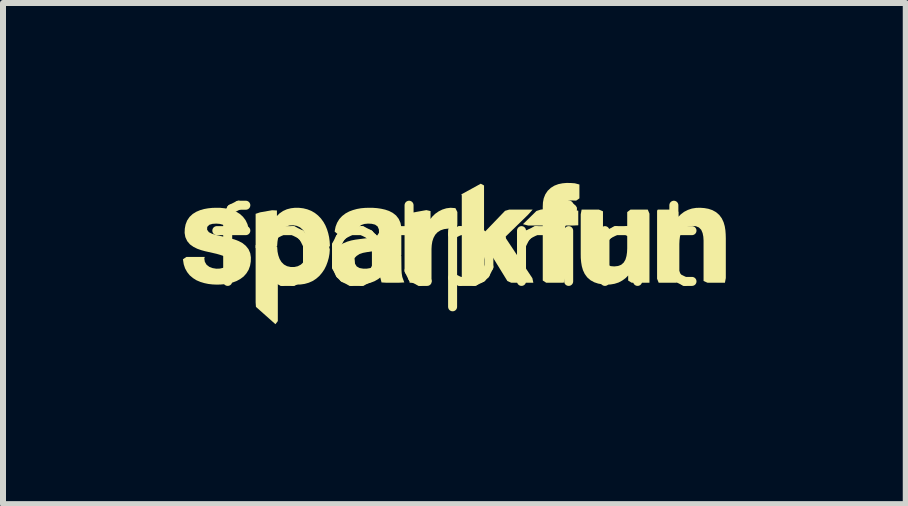
<source format=kicad_pcb>
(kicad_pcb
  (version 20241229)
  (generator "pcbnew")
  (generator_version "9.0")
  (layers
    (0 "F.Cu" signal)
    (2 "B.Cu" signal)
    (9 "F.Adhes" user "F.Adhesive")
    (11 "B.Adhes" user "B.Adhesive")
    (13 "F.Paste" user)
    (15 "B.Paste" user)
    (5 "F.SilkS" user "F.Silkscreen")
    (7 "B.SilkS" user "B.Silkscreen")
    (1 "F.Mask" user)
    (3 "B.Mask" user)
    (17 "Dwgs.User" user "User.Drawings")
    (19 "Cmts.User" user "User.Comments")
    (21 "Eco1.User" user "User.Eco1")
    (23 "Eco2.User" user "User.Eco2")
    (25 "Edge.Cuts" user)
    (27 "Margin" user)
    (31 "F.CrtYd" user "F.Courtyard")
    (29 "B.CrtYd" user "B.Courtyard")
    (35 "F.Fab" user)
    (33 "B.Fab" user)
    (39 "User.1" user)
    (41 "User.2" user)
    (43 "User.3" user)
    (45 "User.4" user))
  (footprint "footprint"
    (layer "F.Cu")
    (at 4.526 1.062)
    (property "Reference" "footprint" (at 0 0 0) (layer "F.SilkS") (effects (font (size 1.27 1.27) (thickness 0.15))))
    (fp_poly (pts (xy 0.494 -1.02) (xy 0.494 -0.233) (xy 0.844 -0.597) (xy 0.912 -0.617) (xy 1.304 -0.617) (xy 1.228 -0.532) (xy 0.856 -0.17) (xy 0.86 -0.136) (xy 1.3 0.526) (xy 1.316 0.602) (xy 0.948 0.602) (xy 0.883 0.573) (xy 0.602 0.116) (xy 0.585 0.098) (xy 0.511 0.168) (xy 0.494 0.216) (xy 0.494 0.554) (xy 0.446 0.602) (xy 0.155 0.602) (xy 0.123 0.538) (xy 0.123 -0.855) (xy 0.115 -0.871) (xy 0.439 -1.049)) (stroke (width 0) (type solid)) (fill yes) (layer "F.SilkS"))
    (fp_poly (pts (xy 0.017 -0.642) (xy 0.049 -0.577) (xy 0.049 -0.372) (xy 0.04 -0.287) (xy -0.049 -0.298) (xy -0.111 -0.3) (xy -0.172 -0.292) (xy -0.229 -0.273) (xy -0.28 -0.241) (xy -0.32 -0.198) (xy -0.349 -0.145) (xy -0.368 -0.087) (xy -0.378 -0.025) (xy -0.382 0.039) (xy -0.382 0.584) (xy -0.458 0.602) (xy -0.747 0.602) (xy -0.753 0.516) (xy -0.753 -0.541) (xy -0.747 -0.559) (xy -0.468 -0.609) (xy -0.398 -0.593) (xy -0.398 -0.461) (xy -0.371 -0.498) (xy -0.321 -0.547) (xy -0.264 -0.587) (xy -0.202 -0.618) (xy -0.135 -0.639) (xy -0.065 -0.648)) (stroke (width 0) (type solid)) (fill yes) (layer "F.SilkS"))
    (fp_poly (pts (xy 1.939 -1.061) (xy 2.008 -1.056) (xy 2.084 -1.036) (xy 2.084 -0.805) (xy 2.03 -0.767) (xy 1.956 -0.77) (xy 1.899 -0.765) (xy 1.859 -0.737) (xy 1.845 -0.685) (xy 1.844 -0.634) (xy 1.864 -0.617) (xy 1.99 -0.617) (xy 2.065 -0.598) (xy 2.065 -0.356) (xy 1.977 -0.352) (xy 1.858 -0.352) (xy 1.844 -0.329) (xy 1.844 0.529) (xy 1.822 0.602) (xy 1.531 0.602) (xy 1.473 0.565) (xy 1.473 -0.352) (xy 1.23 -0.352) (xy 1.143 -0.374) (xy 1.368 -0.595) (xy 1.435 -0.616) (xy 1.473 -0.622) (xy 1.473 -0.667) (xy 1.476 -0.736) (xy 1.489 -0.805) (xy 1.515 -0.871) (xy 1.555 -0.931) (xy 1.607 -0.98) (xy 1.667 -1.017) (xy 1.733 -1.042) (xy 1.802 -1.056) (xy 1.87 -1.062)) (stroke (width 0) (type solid)) (fill yes) (layer "F.SilkS"))
    (fp_poly (pts (xy -1.662 0.224) (xy -1.657 0.285) (xy -1.629 0.33) (xy -1.581 0.357) (xy -1.522 0.367) (xy -1.46 0.367) (xy -1.4 0.357) (xy -1.346 0.333) (xy -1.303 0.294) (xy -1.274 0.243) (xy -1.256 0.165) (xy -1.177 0.155) (xy -0.885 0.155) (xy -0.883 0.379) (xy -0.879 0.443) (xy -0.869 0.505) (xy -0.836 0.597) (xy -0.932 0.602) (xy -1.132 0.602) (xy -1.215 0.597) (xy -1.235 0.519) (xy -1.238 0.515) (xy -1.27 0.541) (xy -1.331 0.576) (xy -1.396 0.601) (xy -1.462 0.619) (xy -1.531 0.629) (xy -1.599 0.633) (xy -1.668 0.631) (xy -1.737 0.621) (xy -1.804 0.601) (xy -1.868 0.571) (xy -1.926 0.528) (xy -1.973 0.474) (xy -2.006 0.411) (xy -2.026 0.342) (xy -2.033 0.272) (xy -2.029 0.19) (xy -1.966 0.155) (xy -1.672 0.155)) (stroke (width 0) (type solid)) (fill yes) (layer "F.SilkS"))
    (fp_poly (pts (xy -2.955 0.005) (xy -2.949 0.083) (xy -2.936 0.145) (xy -2.915 0.204) (xy -2.884 0.256) (xy -2.842 0.298) (xy -2.79 0.326) (xy -2.732 0.339) (xy -2.671 0.34) (xy -2.612 0.327) (xy -2.56 0.3) (xy -2.517 0.259) (xy -2.486 0.208) (xy -2.465 0.149) (xy -2.453 0.088) (xy -2.446 0.01) (xy -2.388 -0.026) (xy -2.097 -0.026) (xy -2.077 0.048) (xy -2.083 0.12) (xy -2.095 0.187) (xy -2.114 0.254) (xy -2.138 0.318) (xy -2.169 0.38) (xy -2.208 0.437) (xy -2.253 0.49) (xy -2.306 0.536) (xy -2.365 0.574) (xy -2.429 0.602) (xy -2.496 0.621) (xy -2.564 0.631) (xy -2.634 0.633) (xy -2.703 0.625) (xy -2.771 0.608) (xy -2.835 0.58) (xy -2.895 0.542) (xy -2.944 0.497) (xy -2.944 1.241) (xy -2.984 1.293) (xy -3.309 1.004) (xy -3.314 0.929) (xy -3.314 -0.026) (xy -3.018 -0.026)) (stroke (width 0) (type solid)) (fill yes) (layer "F.SilkS"))
    (fp_poly (pts (xy 2.477 -0.589) (xy 2.477 0.087) (xy 2.481 0.15) (xy 2.492 0.211) (xy 2.515 0.264) (xy 2.554 0.304) (xy 2.606 0.325) (xy 2.666 0.33) (xy 2.726 0.323) (xy 2.78 0.303) (xy 2.823 0.265) (xy 2.852 0.215) (xy 2.869 0.156) (xy 2.878 0.094) (xy 2.881 0.03) (xy 2.881 -0.576) (xy 2.935 -0.617) (xy 3.224 -0.617) (xy 3.252 -0.55) (xy 3.252 0.602) (xy 2.956 0.602) (xy 2.897 0.566) (xy 2.897 0.481) (xy 2.855 0.524) (xy 2.799 0.565) (xy 2.737 0.598) (xy 2.671 0.619) (xy 2.602 0.631) (xy 2.534 0.633) (xy 2.465 0.628) (xy 2.397 0.616) (xy 2.331 0.594) (xy 2.269 0.56) (xy 2.215 0.513) (xy 2.173 0.456) (xy 2.143 0.392) (xy 2.124 0.326) (xy 2.113 0.258) (xy 2.107 0.191) (xy 2.106 0.124) (xy 2.106 -0.539) (xy 2.121 -0.617) (xy 2.41 -0.617)) (stroke (width 0) (type solid)) (fill yes) (layer "F.SilkS"))
    (fp_poly (pts (xy -2.588 -0.647) (xy -2.52 -0.639) (xy -2.452 -0.622) (xy -2.388 -0.597) (xy -2.327 -0.562) (xy -2.273 -0.519) (xy -2.225 -0.469) (xy -2.184 -0.413) (xy -2.15 -0.352) (xy -2.124 -0.289) (xy -2.104 -0.224) (xy -2.089 -0.157) (xy -2.08 -0.09) (xy -2.075 -0.006) (xy -2.141 0.024) (xy -2.43 0.024) (xy -2.448 -0.051) (xy -2.457 -0.116) (xy -2.472 -0.177) (xy -2.496 -0.233) (xy -2.53 -0.283) (xy -2.575 -0.322) (xy -2.628 -0.346) (xy -2.687 -0.356) (xy -2.748 -0.353) (xy -2.804 -0.336) (xy -2.854 -0.304) (xy -2.893 -0.259) (xy -2.921 -0.205) (xy -2.939 -0.146) (xy -2.95 -0.084) (xy -2.956 -0.004) (xy -3.02 0.024) (xy -3.314 0.024) (xy -3.314 -0.547) (xy -3.239 -0.572) (xy -3.039 -0.607) (xy -2.959 -0.603) (xy -2.959 -0.511) (xy -2.916 -0.554) (xy -2.858 -0.594) (xy -2.793 -0.623) (xy -2.726 -0.64) (xy -2.657 -0.648)) (stroke (width 0) (type solid)) (fill yes) (layer "F.SilkS"))
    (fp_poly (pts (xy 4.166 -0.643) (xy 4.234 -0.631) (xy 4.3 -0.609) (xy 4.362 -0.575) (xy 4.416 -0.528) (xy 4.458 -0.471) (xy 4.488 -0.407) (xy 4.507 -0.341) (xy 4.518 -0.273) (xy 4.523 -0.206) (xy 4.525 -0.139) (xy 4.525 0.524) (xy 4.51 0.602) (xy 4.22 0.602) (xy 4.154 0.573) (xy 4.154 -0.102) (xy 4.15 -0.166) (xy 4.138 -0.226) (xy 4.115 -0.28) (xy 4.076 -0.32) (xy 4.024 -0.341) (xy 3.964 -0.345) (xy 3.905 -0.338) (xy 3.85 -0.318) (xy 3.807 -0.281) (xy 3.778 -0.23) (xy 3.761 -0.171) (xy 3.753 -0.109) (xy 3.75 -0.045) (xy 3.75 0.561) (xy 3.695 0.602) (xy 3.406 0.602) (xy 3.379 0.535) (xy 3.379 -0.6) (xy 3.391 -0.617) (xy 3.675 -0.617) (xy 3.734 -0.581) (xy 3.734 -0.497) (xy 3.775 -0.539) (xy 3.831 -0.581) (xy 3.894 -0.613) (xy 3.96 -0.635) (xy 4.029 -0.646) (xy 4.097 -0.648)) (stroke (width 0) (type solid)) (fill yes) (layer "F.SilkS"))
    (fp_poly (pts (xy -1.356 -0.647) (xy -1.289 -0.642) (xy -1.222 -0.632) (xy -1.155 -0.617) (xy -1.09 -0.595) (xy -1.028 -0.563) (xy -0.972 -0.519) (xy -0.928 -0.462) (xy -0.899 -0.396) (xy -0.886 -0.327) (xy -0.885 -0.259) (xy -0.885 0.143) (xy -0.917 0.205) (xy -1.204 0.205) (xy -1.257 0.166) (xy -1.256 0.052) (xy -1.267 0.054) (xy -1.331 0.072) (xy -1.462 0.092) (xy -1.525 0.104) (xy -1.582 0.123) (xy -1.632 0.156) (xy -1.679 0.205) (xy -1.958 0.205) (xy -2.028 0.177) (xy -1.999 0.089) (xy -1.96 0.029) (xy -1.909 -0.021) (xy -1.849 -0.058) (xy -1.785 -0.084) (xy -1.719 -0.103) (xy -1.653 -0.116) (xy -1.392 -0.151) (xy -1.333 -0.165) (xy -1.283 -0.19) (xy -1.257 -0.233) (xy -1.259 -0.286) (xy -1.28 -0.336) (xy -1.323 -0.367) (xy -1.38 -0.381) (xy -1.441 -0.384) (xy -1.502 -0.378) (xy -1.556 -0.359) (xy -1.597 -0.322) (xy -1.622 -0.265) (xy -1.658 -0.207) (xy -1.945 -0.207) (xy -1.997 -0.252) (xy -1.981 -0.333) (xy -1.956 -0.398) (xy -1.919 -0.459) (xy -1.872 -0.51) (xy -1.816 -0.553) (xy -1.755 -0.586) (xy -1.691 -0.61) (xy -1.625 -0.628) (xy -1.558 -0.64) (xy -1.491 -0.646) (xy -1.423 -0.648)) (stroke (width 0) (type solid)) (fill yes) (layer "F.SilkS"))
    (fp_poly (pts (xy -3.903 -0.647) (xy -3.835 -0.64) (xy -3.768 -0.628) (xy -3.701 -0.609) (xy -3.637 -0.582) (xy -3.577 -0.545) (xy -3.525 -0.498) (xy -3.482 -0.441) (xy -3.451 -0.377) (xy -3.432 -0.308) (xy -3.437 -0.226) (xy -3.736 -0.226) (xy -3.781 -0.273) (xy -3.809 -0.33) (xy -3.853 -0.363) (xy -3.91 -0.379) (xy -3.971 -0.384) (xy -4.033 -0.38) (xy -4.087 -0.364) (xy -4.121 -0.329) (xy -4.123 -0.282) (xy -4.094 -0.241) (xy -4.042 -0.215) (xy -3.982 -0.196) (xy -3.789 -0.152) (xy -3.724 -0.136) (xy -3.659 -0.117) (xy -3.595 -0.092) (xy -3.533 -0.059) (xy -3.478 -0.014) (xy -3.433 0.042) (xy -3.404 0.109) (xy -3.393 0.18) (xy -3.395 0.25) (xy -3.407 0.319) (xy -3.431 0.386) (xy -3.468 0.446) (xy -3.515 0.499) (xy -3.572 0.541) (xy -3.633 0.574) (xy -3.698 0.598) (xy -3.765 0.615) (xy -3.832 0.626) (xy -3.9 0.632) (xy -3.968 0.633) (xy -4.035 0.63) (xy -4.103 0.622) (xy -4.17 0.608) (xy -4.236 0.588) (xy -4.3 0.561) (xy -4.359 0.524) (xy -4.413 0.478) (xy -4.457 0.423) (xy -4.491 0.361) (xy -4.513 0.294) (xy -4.526 0.211) (xy -4.468 0.172) (xy -4.162 0.172) (xy -4.17 0.198) (xy -4.161 0.253) (xy -4.132 0.302) (xy -4.086 0.337) (xy -4.031 0.358) (xy -3.97 0.368) (xy -3.909 0.366) (xy -3.851 0.352) (xy -3.801 0.325) (xy -3.77 0.281) (xy -3.766 0.231) (xy -3.793 0.189) (xy -3.843 0.159) (xy -3.902 0.138) (xy -3.964 0.12) (xy -4.158 0.076) (xy -4.223 0.058) (xy -4.288 0.035) (xy -4.35 0.004) (xy -4.408 -0.037) (xy -4.455 -0.092) (xy -4.486 -0.159) (xy -4.498 -0.229) (xy -4.495 -0.3) (xy -4.482 -0.369) (xy -4.456 -0.436) (xy -4.416 -0.495) (xy -4.364 -0.544) (xy -4.304 -0.581) (xy -4.24 -0.608) (xy -4.174 -0.627) (xy -4.106 -0.639) (xy -4.039 -0.646) (xy -3.971 -0.648)) (stroke (width 0) (type solid)) (fill yes) (layer "F.SilkS")))
  (gr_rect
    (start -3 -3)
    (end 12.051 5.355)
    (stroke (width 0.1) (type default))
    (fill no)
    (layer "Edge.Cuts")))
</source>
